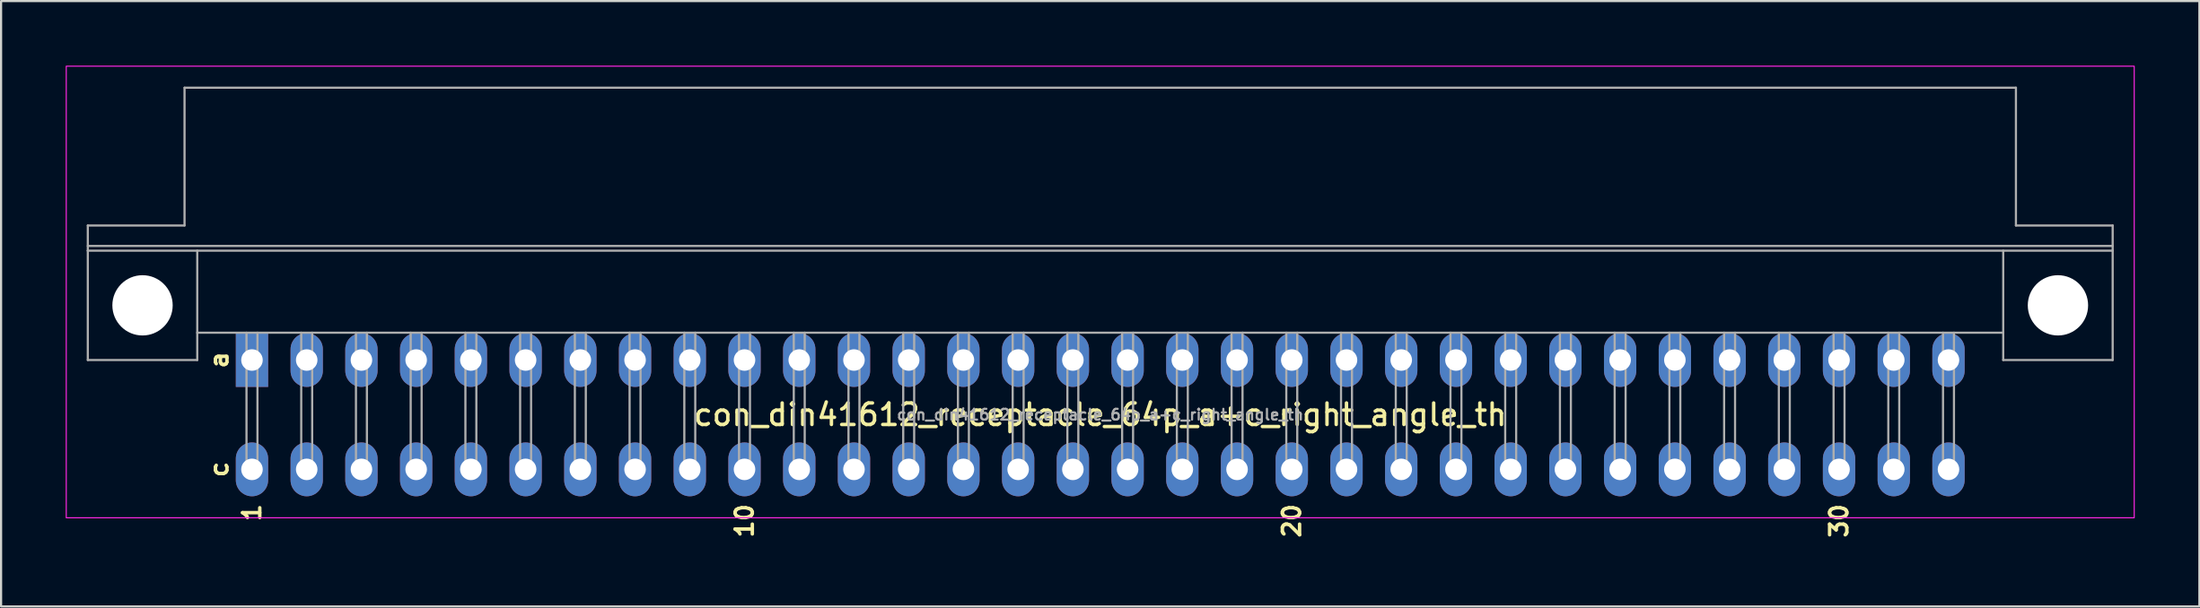
<source format=kicad_pcb>
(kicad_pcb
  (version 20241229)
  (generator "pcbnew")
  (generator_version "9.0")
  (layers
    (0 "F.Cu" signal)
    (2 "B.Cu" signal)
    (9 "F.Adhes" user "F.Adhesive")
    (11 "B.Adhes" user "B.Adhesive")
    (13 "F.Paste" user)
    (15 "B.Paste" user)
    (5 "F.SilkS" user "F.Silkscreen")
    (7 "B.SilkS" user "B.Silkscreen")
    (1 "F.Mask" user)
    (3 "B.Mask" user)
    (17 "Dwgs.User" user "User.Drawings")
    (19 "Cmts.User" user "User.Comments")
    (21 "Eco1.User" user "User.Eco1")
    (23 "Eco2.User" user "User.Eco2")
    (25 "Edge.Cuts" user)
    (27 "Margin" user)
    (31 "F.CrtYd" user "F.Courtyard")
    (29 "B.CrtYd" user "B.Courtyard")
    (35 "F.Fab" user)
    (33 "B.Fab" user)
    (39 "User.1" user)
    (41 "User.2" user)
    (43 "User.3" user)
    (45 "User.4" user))
  (footprint "con_din41612_receptacle_64p_a+c_right_angle_th"
    (layer "F.Cu")
    (at 8.645 13.675)
    (property "Reference" "con_din41612_receptacle_64p_a+c_right_angle_th" (at 39.37 2.54 0) (unlocked yes) (layer "F.SilkS") (effects (font (size 1 1) (thickness 0.16))))
    (attr through_hole exclude_from_pos_files)
    (fp_rect (start -8.62 7.33) (end 87.36 -13.65) (stroke (width 0.05) (type solid)) (fill no) (layer "F.CrtYd"))
    (fp_line (start -7.62 -6.25) (end -3.13 -6.25) (stroke (width 0.1) (type solid)) (layer "F.Fab"))
    (fp_line (start -7.62 -5.3) (end 86.36 -5.3) (stroke (width 0.1) (type solid)) (layer "F.Fab"))
    (fp_line (start -7.62 -5.08) (end -7.62 -6.25) (stroke (width 0.1) (type solid)) (layer "F.Fab"))
    (fp_line (start -7.62 -5.08) (end 86.36 -5.08) (stroke (width 0.1) (type solid)) (layer "F.Fab"))
    (fp_line (start -7.62 0) (end -7.62 -5.08) (stroke (width 0.1) (type solid)) (layer "F.Fab"))
    (fp_line (start -7.62 0) (end -2.54 0) (stroke (width 0.1) (type solid)) (layer "F.Fab"))
    (fp_line (start -3.13 -12.65) (end -3.13 -6.25) (stroke (width 0.1) (type solid)) (layer "F.Fab"))
    (fp_line (start -3.13 -12.65) (end 81.87 -12.65) (stroke (width 0.1) (type solid)) (layer "F.Fab"))
    (fp_line (start -2.54 -1.27) (end 81.28 -1.27) (stroke (width 0.1) (type solid)) (layer "F.Fab"))
    (fp_line (start -2.54 0) (end -2.54 -5.08) (stroke (width 0.1) (type solid)) (layer "F.Fab"))
    (fp_line (start -0.254 5.08) (end -0.254 -1.27) (stroke (width 0.1) (type solid)) (layer "F.Fab"))
    (fp_line (start 0.254 5.08) (end 0.254 -1.27) (stroke (width 0.1) (type solid)) (layer "F.Fab"))
    (fp_line (start 2.286 5.08) (end 2.286 -1.27) (stroke (width 0.1) (type solid)) (layer "F.Fab"))
    (fp_line (start 2.794 5.08) (end 2.794 -1.27) (stroke (width 0.1) (type solid)) (layer "F.Fab"))
    (fp_line (start 4.826 5.08) (end 4.826 -1.27) (stroke (width 0.1) (type solid)) (layer "F.Fab"))
    (fp_line (start 5.334 5.08) (end 5.334 -1.27) (stroke (width 0.1) (type solid)) (layer "F.Fab"))
    (fp_line (start 7.366 5.08) (end 7.366 -1.27) (stroke (width 0.1) (type solid)) (layer "F.Fab"))
    (fp_line (start 7.874 5.08) (end 7.874 -1.27) (stroke (width 0.1) (type solid)) (layer "F.Fab"))
    (fp_line (start 9.906 5.08) (end 9.906 -1.27) (stroke (width 0.1) (type solid)) (layer "F.Fab"))
    (fp_line (start 10.414 5.08) (end 10.414 -1.27) (stroke (width 0.1) (type solid)) (layer "F.Fab"))
    (fp_line (start 12.446 5.08) (end 12.446 -1.27) (stroke (width 0.1) (type solid)) (layer "F.Fab"))
    (fp_line (start 12.954 5.08) (end 12.954 -1.27) (stroke (width 0.1) (type solid)) (layer "F.Fab"))
    (fp_line (start 14.986 5.08) (end 14.986 -1.27) (stroke (width 0.1) (type solid)) (layer "F.Fab"))
    (fp_line (start 15.494 5.08) (end 15.494 -1.27) (stroke (width 0.1) (type solid)) (layer "F.Fab"))
    (fp_line (start 17.526 5.08) (end 17.526 -1.27) (stroke (width 0.1) (type solid)) (layer "F.Fab"))
    (fp_line (start 18.034 5.08) (end 18.034 -1.27) (stroke (width 0.1) (type solid)) (layer "F.Fab"))
    (fp_line (start 20.066 5.08) (end 20.066 -1.27) (stroke (width 0.1) (type solid)) (layer "F.Fab"))
    (fp_line (start 20.574 5.08) (end 20.574 -1.27) (stroke (width 0.1) (type solid)) (layer "F.Fab"))
    (fp_line (start 22.606 5.08) (end 22.606 -1.27) (stroke (width 0.1) (type solid)) (layer "F.Fab"))
    (fp_line (start 23.114 5.08) (end 23.114 -1.27) (stroke (width 0.1) (type solid)) (layer "F.Fab"))
    (fp_line (start 25.146 5.08) (end 25.146 -1.27) (stroke (width 0.1) (type solid)) (layer "F.Fab"))
    (fp_line (start 25.654 5.08) (end 25.654 -1.27) (stroke (width 0.1) (type solid)) (layer "F.Fab"))
    (fp_line (start 27.686 5.08) (end 27.686 -1.27) (stroke (width 0.1) (type solid)) (layer "F.Fab"))
    (fp_line (start 28.194 5.08) (end 28.194 -1.27) (stroke (width 0.1) (type solid)) (layer "F.Fab"))
    (fp_line (start 30.226 5.08) (end 30.226 -1.27) (stroke (width 0.1) (type solid)) (layer "F.Fab"))
    (fp_line (start 30.734 5.08) (end 30.734 -1.27) (stroke (width 0.1) (type solid)) (layer "F.Fab"))
    (fp_line (start 32.766 5.08) (end 32.766 -1.27) (stroke (width 0.1) (type solid)) (layer "F.Fab"))
    (fp_line (start 33.274 5.08) (end 33.274 -1.27) (stroke (width 0.1) (type solid)) (layer "F.Fab"))
    (fp_line (start 35.306 5.08) (end 35.306 -1.27) (stroke (width 0.1) (type solid)) (layer "F.Fab"))
    (fp_line (start 35.814 5.08) (end 35.814 -1.27) (stroke (width 0.1) (type solid)) (layer "F.Fab"))
    (fp_line (start 37.846 5.08) (end 37.846 -1.27) (stroke (width 0.1) (type solid)) (layer "F.Fab"))
    (fp_line (start 38.354 5.08) (end 38.354 -1.27) (stroke (width 0.1) (type solid)) (layer "F.Fab"))
    (fp_line (start 40.386 5.08) (end 40.386 -1.27) (stroke (width 0.1) (type solid)) (layer "F.Fab"))
    (fp_line (start 40.894 5.08) (end 40.894 -1.27) (stroke (width 0.1) (type solid)) (layer "F.Fab"))
    (fp_line (start 42.926 5.08) (end 42.926 -1.27) (stroke (width 0.1) (type solid)) (layer "F.Fab"))
    (fp_line (start 43.434 5.08) (end 43.434 -1.27) (stroke (width 0.1) (type solid)) (layer "F.Fab"))
    (fp_line (start 45.466 5.08) (end 45.466 -1.27) (stroke (width 0.1) (type solid)) (layer "F.Fab"))
    (fp_line (start 45.974 5.08) (end 45.974 -1.27) (stroke (width 0.1) (type solid)) (layer "F.Fab"))
    (fp_line (start 48.006 5.08) (end 48.006 -1.27) (stroke (width 0.1) (type solid)) (layer "F.Fab"))
    (fp_line (start 48.514 5.08) (end 48.514 -1.27) (stroke (width 0.1) (type solid)) (layer "F.Fab"))
    (fp_line (start 50.546 5.08) (end 50.546 -1.27) (stroke (width 0.1) (type solid)) (layer "F.Fab"))
    (fp_line (start 51.054 5.08) (end 51.054 -1.27) (stroke (width 0.1) (type solid)) (layer "F.Fab"))
    (fp_line (start 53.086 5.08) (end 53.086 -1.27) (stroke (width 0.1) (type solid)) (layer "F.Fab"))
    (fp_line (start 53.594 5.08) (end 53.594 -1.27) (stroke (width 0.1) (type solid)) (layer "F.Fab"))
    (fp_line (start 55.626 5.08) (end 55.626 -1.27) (stroke (width 0.1) (type solid)) (layer "F.Fab"))
    (fp_line (start 56.134 5.08) (end 56.134 -1.27) (stroke (width 0.1) (type solid)) (layer "F.Fab"))
    (fp_line (start 58.166 5.08) (end 58.166 -1.27) (stroke (width 0.1) (type solid)) (layer "F.Fab"))
    (fp_line (start 58.674 5.08) (end 58.674 -1.27) (stroke (width 0.1) (type solid)) (layer "F.Fab"))
    (fp_line (start 60.706 5.08) (end 60.706 -1.27) (stroke (width 0.1) (type solid)) (layer "F.Fab"))
    (fp_line (start 61.214 5.08) (end 61.214 -1.27) (stroke (width 0.1) (type solid)) (layer "F.Fab"))
    (fp_line (start 63.246 5.08) (end 63.246 -1.27) (stroke (width 0.1) (type solid)) (layer "F.Fab"))
    (fp_line (start 63.754 5.08) (end 63.754 -1.27) (stroke (width 0.1) (type solid)) (layer "F.Fab"))
    (fp_line (start 65.786 5.08) (end 65.786 -1.27) (stroke (width 0.1) (type solid)) (layer "F.Fab"))
    (fp_line (start 66.294 5.08) (end 66.294 -1.27) (stroke (width 0.1) (type solid)) (layer "F.Fab"))
    (fp_line (start 68.326 5.08) (end 68.326 -1.27) (stroke (width 0.1) (type solid)) (layer "F.Fab"))
    (fp_line (start 68.834 5.08) (end 68.834 -1.27) (stroke (width 0.1) (type solid)) (layer "F.Fab"))
    (fp_line (start 70.866 5.08) (end 70.866 -1.27) (stroke (width 0.1) (type solid)) (layer "F.Fab"))
    (fp_line (start 71.374 5.08) (end 71.374 -1.27) (stroke (width 0.1) (type solid)) (layer "F.Fab"))
    (fp_line (start 73.406 5.08) (end 73.406 -1.27) (stroke (width 0.1) (type solid)) (layer "F.Fab"))
    (fp_line (start 73.914 5.08) (end 73.914 -1.27) (stroke (width 0.1) (type solid)) (layer "F.Fab"))
    (fp_line (start 75.946 5.08) (end 75.946 -1.27) (stroke (width 0.1) (type solid)) (layer "F.Fab"))
    (fp_line (start 76.454 5.08) (end 76.454 -1.27) (stroke (width 0.1) (type solid)) (layer "F.Fab"))
    (fp_line (start 78.486 5.08) (end 78.486 -1.27) (stroke (width 0.1) (type solid)) (layer "F.Fab"))
    (fp_line (start 78.994 5.08) (end 78.994 -1.27) (stroke (width 0.1) (type solid)) (layer "F.Fab"))
    (fp_line (start 81.28 0) (end 81.28 -5.08) (stroke (width 0.1) (type solid)) (layer "F.Fab"))
    (fp_line (start 81.87 -12.65) (end 81.87 -6.25) (stroke (width 0.1) (type solid)) (layer "F.Fab"))
    (fp_line (start 86.36 -6.25) (end 81.87 -6.25) (stroke (width 0.1) (type solid)) (layer "F.Fab"))
    (fp_line (start 86.36 -5.08) (end 86.36 -6.25) (stroke (width 0.1) (type solid)) (layer "F.Fab"))
    (fp_line (start 86.36 0) (end 81.28 0) (stroke (width 0.1) (type solid)) (layer "F.Fab"))
    (fp_line (start 86.36 0) (end 86.36 -5.08) (stroke (width 0.1) (type solid)) (layer "F.Fab"))
    (fp_arc (start 0.254 5.08) (mid 0 5.334) (end -0.254 5.08) (stroke (width 0.1) (type solid)) (layer "F.Fab"))
    (fp_arc (start 2.794 5.08) (mid 2.54 5.334) (end 2.286 5.08) (stroke (width 0.1) (type solid)) (layer "F.Fab"))
    (fp_arc (start 5.334 5.08) (mid 5.08 5.334) (end 4.826 5.08) (stroke (width 0.1) (type solid)) (layer "F.Fab"))
    (fp_arc (start 7.874 5.08) (mid 7.62 5.334) (end 7.366 5.08) (stroke (width 0.1) (type solid)) (layer "F.Fab"))
    (fp_arc (start 10.414 5.08) (mid 10.16 5.334) (end 9.906 5.08) (stroke (width 0.1) (type solid)) (layer "F.Fab"))
    (fp_arc (start 12.954 5.08) (mid 12.7 5.334) (end 12.446 5.08) (stroke (width 0.1) (type solid)) (layer "F.Fab"))
    (fp_arc (start 15.494 5.08) (mid 15.24 5.334) (end 14.986 5.08) (stroke (width 0.1) (type solid)) (layer "F.Fab"))
    (fp_arc (start 18.034 5.08) (mid 17.78 5.334) (end 17.526 5.08) (stroke (width 0.1) (type solid)) (layer "F.Fab"))
    (fp_arc (start 20.574 5.08) (mid 20.32 5.334) (end 20.066 5.08) (stroke (width 0.1) (type solid)) (layer "F.Fab"))
    (fp_arc (start 23.114 5.08) (mid 22.86 5.334) (end 22.606 5.08) (stroke (width 0.1) (type solid)) (layer "F.Fab"))
    (fp_arc (start 25.654 5.08) (mid 25.4 5.334) (end 25.146 5.08) (stroke (width 0.1) (type solid)) (layer "F.Fab"))
    (fp_arc (start 28.194 5.08) (mid 27.94 5.334) (end 27.686 5.08) (stroke (width 0.1) (type solid)) (layer "F.Fab"))
    (fp_arc (start 30.734 5.08) (mid 30.48 5.334) (end 30.226 5.08) (stroke (width 0.1) (type solid)) (layer "F.Fab"))
    (fp_arc (start 33.274 5.08) (mid 33.02 5.334) (end 32.766 5.08) (stroke (width 0.1) (type solid)) (layer "F.Fab"))
    (fp_arc (start 35.814 5.08) (mid 35.56 5.334) (end 35.306 5.08) (stroke (width 0.1) (type solid)) (layer "F.Fab"))
    (fp_arc (start 38.354 5.08) (mid 38.1 5.334) (end 37.846 5.08) (stroke (width 0.1) (type solid)) (layer "F.Fab"))
    (fp_arc (start 40.894 5.08) (mid 40.64 5.334) (end 40.386 5.08) (stroke (width 0.1) (type solid)) (layer "F.Fab"))
    (fp_arc (start 43.434 5.08) (mid 43.18 5.334) (end 42.926 5.08) (stroke (width 0.1) (type solid)) (layer "F.Fab"))
    (fp_arc (start 45.974 5.08) (mid 45.72 5.334) (end 45.466 5.08) (stroke (width 0.1) (type solid)) (layer "F.Fab"))
    (fp_arc (start 48.514 5.08) (mid 48.26 5.334) (end 48.006 5.08) (stroke (width 0.1) (type solid)) (layer "F.Fab"))
    (fp_arc (start 51.054 5.08) (mid 50.8 5.334) (end 50.546 5.08) (stroke (width 0.1) (type solid)) (layer "F.Fab"))
    (fp_arc (start 53.594 5.08) (mid 53.34 5.334) (end 53.086 5.08) (stroke (width 0.1) (type solid)) (layer "F.Fab"))
    (fp_arc (start 56.134 5.08) (mid 55.88 5.334) (end 55.626 5.08) (stroke (width 0.1) (type solid)) (layer "F.Fab"))
    (fp_arc (start 58.674 5.08) (mid 58.42 5.334) (end 58.166 5.08) (stroke (width 0.1) (type solid)) (layer "F.Fab"))
    (fp_arc (start 61.214 5.08) (mid 60.96 5.334) (end 60.706 5.08) (stroke (width 0.1) (type solid)) (layer "F.Fab"))
    (fp_arc (start 63.754 5.08) (mid 63.5 5.334) (end 63.246 5.08) (stroke (width 0.1) (type solid)) (layer "F.Fab"))
    (fp_arc (start 66.294 5.08) (mid 66.04 5.334) (end 65.786 5.08) (stroke (width 0.1) (type solid)) (layer "F.Fab"))
    (fp_arc (start 68.834 5.08) (mid 68.58 5.334) (end 68.326 5.08) (stroke (width 0.1) (type solid)) (layer "F.Fab"))
    (fp_arc (start 71.374 5.08) (mid 71.12 5.334) (end 70.866 5.08) (stroke (width 0.1) (type solid)) (layer "F.Fab"))
    (fp_arc (start 73.914 5.08) (mid 73.66 5.334) (end 73.406 5.08) (stroke (width 0.1) (type solid)) (layer "F.Fab"))
    (fp_arc (start 76.454 5.08) (mid 76.2 5.334) (end 75.946 5.08) (stroke (width 0.1) (type solid)) (layer "F.Fab"))
    (fp_arc (start 78.994 5.08) (mid 78.74 5.334) (end 78.486 5.08) (stroke (width 0.1) (type solid)) (layer "F.Fab"))
    (fp_text user "a" (at -1.524 0 90) (unlocked yes) (layer "F.SilkS") (effects (font (size 0.8 0.8) (thickness 0.16))))
    (fp_text user "10" (at 22.86 6.604 90) (unlocked yes) (layer "F.SilkS") (effects (font (size 0.8 0.8) (thickness 0.16)) (justify right)))
    (fp_text user "1" (at 0 6.604 90) (unlocked yes) (layer "F.SilkS") (effects (font (size 0.8 0.8) (thickness 0.16)) (justify right)))
    (fp_text user "20" (at 48.26 6.604 90) (unlocked yes) (layer "F.SilkS") (effects (font (size 0.8 0.8) (thickness 0.16)) (justify right)))
    (fp_text user "30" (at 73.66 6.604 90) (unlocked yes) (layer "F.SilkS") (effects (font (size 0.8 0.8) (thickness 0.16)) (justify right)))
    (fp_text user "c" (at -1.524 5.08 90) (unlocked yes) (layer "F.SilkS") (effects (font (size 0.8 0.8) (thickness 0.16))))
    (fp_text user "${REFERENCE}" (at 39.37 2.54 0) (unlocked yes) (layer "F.Fab") (effects (font (size 0.5 0.5) (thickness 0.1) (bold yes))))
    (pad "" np_thru_hole circle (at -5.08 -2.54 90) (size 2.8 2.8) (drill 2.8) (layers "*.Cu" "*.Mask"))
    (pad "" np_thru_hole circle (at 83.82 -2.54 90) (size 2.8 2.8) (drill 2.8) (layers "*.Cu" "*.Mask"))
    (pad "a1" thru_hole rect (at 0 0 90) (size 2.5 1.5) (drill 1) (layers "*.Cu" "*.Mask"))
    (pad "a2" thru_hole oval (at 2.54 0 90) (size 2.5 1.5) (drill 1) (layers "*.Cu" "*.Mask"))
    (pad "a3" thru_hole oval (at 5.08 0 90) (size 2.5 1.5) (drill 1) (layers "*.Cu" "*.Mask"))
    (pad "a4" thru_hole oval (at 7.62 0 90) (size 2.5 1.5) (drill 1) (layers "*.Cu" "*.Mask"))
    (pad "a5" thru_hole oval (at 10.16 0 90) (size 2.5 1.5) (drill 1) (layers "*.Cu" "*.Mask"))
    (pad "a6" thru_hole oval (at 12.7 0 90) (size 2.5 1.5) (drill 1) (layers "*.Cu" "*.Mask"))
    (pad "a7" thru_hole oval (at 15.24 0 90) (size 2.5 1.5) (drill 1) (layers "*.Cu" "*.Mask"))
    (pad "a8" thru_hole oval (at 17.78 0 90) (size 2.5 1.5) (drill 1) (layers "*.Cu" "*.Mask"))
    (pad "a9" thru_hole oval (at 20.32 0 90) (size 2.5 1.5) (drill 1) (layers "*.Cu" "*.Mask"))
    (pad "a10" thru_hole oval (at 22.86 0 90) (size 2.5 1.5) (drill 1) (layers "*.Cu" "*.Mask"))
    (pad "a11" thru_hole oval (at 25.4 0 90) (size 2.5 1.5) (drill 1) (layers "*.Cu" "*.Mask"))
    (pad "a12" thru_hole oval (at 27.94 0 90) (size 2.5 1.5) (drill 1) (layers "*.Cu" "*.Mask"))
    (pad "a13" thru_hole oval (at 30.48 0 90) (size 2.5 1.5) (drill 1) (layers "*.Cu" "*.Mask"))
    (pad "a14" thru_hole oval (at 33.02 0 90) (size 2.5 1.5) (drill 1) (layers "*.Cu" "*.Mask"))
    (pad "a15" thru_hole oval (at 35.56 0 90) (size 2.5 1.5) (drill 1) (layers "*.Cu" "*.Mask"))
    (pad "a16" thru_hole oval (at 38.1 0 90) (size 2.5 1.5) (drill 1) (layers "*.Cu" "*.Mask"))
    (pad "a17" thru_hole oval (at 40.64 0 90) (size 2.5 1.5) (drill 1) (layers "*.Cu" "*.Mask"))
    (pad "a18" thru_hole oval (at 43.18 0 90) (size 2.5 1.5) (drill 1) (layers "*.Cu" "*.Mask"))
    (pad "a19" thru_hole oval (at 45.72 0 90) (size 2.5 1.5) (drill 1) (layers "*.Cu" "*.Mask"))
    (pad "a20" thru_hole oval (at 48.26 0 90) (size 2.5 1.5) (drill 1) (layers "*.Cu" "*.Mask"))
    (pad "a21" thru_hole oval (at 50.8 0 90) (size 2.5 1.5) (drill 1) (layers "*.Cu" "*.Mask"))
    (pad "a22" thru_hole oval (at 53.34 0 90) (size 2.5 1.5) (drill 1) (layers "*.Cu" "*.Mask"))
    (pad "a23" thru_hole oval (at 55.88 0 90) (size 2.5 1.5) (drill 1) (layers "*.Cu" "*.Mask"))
    (pad "a24" thru_hole oval (at 58.42 0 90) (size 2.5 1.5) (drill 1) (layers "*.Cu" "*.Mask"))
    (pad "a25" thru_hole oval (at 60.96 0 90) (size 2.5 1.5) (drill 1) (layers "*.Cu" "*.Mask"))
    (pad "a26" thru_hole oval (at 63.5 0 90) (size 2.5 1.5) (drill 1) (layers "*.Cu" "*.Mask"))
    (pad "a27" thru_hole oval (at 66.04 0 90) (size 2.5 1.5) (drill 1) (layers "*.Cu" "*.Mask"))
    (pad "a28" thru_hole oval (at 68.58 0 90) (size 2.5 1.5) (drill 1) (layers "*.Cu" "*.Mask"))
    (pad "a29" thru_hole oval (at 71.12 0 90) (size 2.5 1.5) (drill 1) (layers "*.Cu" "*.Mask"))
    (pad "a30" thru_hole oval (at 73.66 0 90) (size 2.5 1.5) (drill 1) (layers "*.Cu" "*.Mask"))
    (pad "a31" thru_hole oval (at 76.2 0 90) (size 2.5 1.5) (drill 1) (layers "*.Cu" "*.Mask"))
    (pad "a32" thru_hole oval (at 78.74 0 90) (size 2.5 1.5) (drill 1) (layers "*.Cu" "*.Mask"))
    (pad "c1" thru_hole oval (at 0 5.08 90) (size 2.5 1.5) (drill 1) (layers "*.Cu" "*.Mask"))
    (pad "c2" thru_hole oval (at 2.54 5.08 90) (size 2.5 1.5) (drill 1) (layers "*.Cu" "*.Mask"))
    (pad "c3" thru_hole oval (at 5.08 5.08 90) (size 2.5 1.5) (drill 1) (layers "*.Cu" "*.Mask"))
    (pad "c4" thru_hole oval (at 7.62 5.08 90) (size 2.5 1.5) (drill 1) (layers "*.Cu" "*.Mask"))
    (pad "c5" thru_hole oval (at 10.16 5.08 90) (size 2.5 1.5) (drill 1) (layers "*.Cu" "*.Mask"))
    (pad "c6" thru_hole oval (at 12.7 5.08 90) (size 2.5 1.5) (drill 1) (layers "*.Cu" "*.Mask"))
    (pad "c7" thru_hole oval (at 15.24 5.08 90) (size 2.5 1.5) (drill 1) (layers "*.Cu" "*.Mask"))
    (pad "c8" thru_hole oval (at 17.78 5.08 90) (size 2.5 1.5) (drill 1) (layers "*.Cu" "*.Mask"))
    (pad "c9" thru_hole oval (at 20.32 5.08 90) (size 2.5 1.5) (drill 1) (layers "*.Cu" "*.Mask"))
    (pad "c10" thru_hole oval (at 22.86 5.08 90) (size 2.5 1.5) (drill 1) (layers "*.Cu" "*.Mask"))
    (pad "c11" thru_hole oval (at 25.4 5.08 90) (size 2.5 1.5) (drill 1) (layers "*.Cu" "*.Mask"))
    (pad "c12" thru_hole oval (at 27.94 5.08 90) (size 2.5 1.5) (drill 1) (layers "*.Cu" "*.Mask"))
    (pad "c13" thru_hole oval (at 30.48 5.08 90) (size 2.5 1.5) (drill 1) (layers "*.Cu" "*.Mask"))
    (pad "c14" thru_hole oval (at 33.02 5.08 90) (size 2.5 1.5) (drill 1) (layers "*.Cu" "*.Mask"))
    (pad "c15" thru_hole oval (at 35.56 5.08 90) (size 2.5 1.5) (drill 1) (layers "*.Cu" "*.Mask"))
    (pad "c16" thru_hole oval (at 38.1 5.08 90) (size 2.5 1.5) (drill 1) (layers "*.Cu" "*.Mask"))
    (pad "c17" thru_hole oval (at 40.64 5.08 90) (size 2.5 1.5) (drill 1) (layers "*.Cu" "*.Mask"))
    (pad "c18" thru_hole oval (at 43.18 5.08 90) (size 2.5 1.5) (drill 1) (layers "*.Cu" "*.Mask"))
    (pad "c19" thru_hole oval (at 45.72 5.08 90) (size 2.5 1.5) (drill 1) (layers "*.Cu" "*.Mask"))
    (pad "c20" thru_hole oval (at 48.26 5.08 90) (size 2.5 1.5) (drill 1) (layers "*.Cu" "*.Mask"))
    (pad "c21" thru_hole oval (at 50.8 5.08 90) (size 2.5 1.5) (drill 1) (layers "*.Cu" "*.Mask"))
    (pad "c22" thru_hole oval (at 53.34 5.08 90) (size 2.5 1.5) (drill 1) (layers "*.Cu" "*.Mask"))
    (pad "c23" thru_hole oval (at 55.88 5.08 90) (size 2.5 1.5) (drill 1) (layers "*.Cu" "*.Mask"))
    (pad "c24" thru_hole oval (at 58.42 5.08 90) (size 2.5 1.5) (drill 1) (layers "*.Cu" "*.Mask"))
    (pad "c25" thru_hole oval (at 60.96 5.08 90) (size 2.5 1.5) (drill 1) (layers "*.Cu" "*.Mask"))
    (pad "c26" thru_hole oval (at 63.5 5.08 90) (size 2.5 1.5) (drill 1) (layers "*.Cu" "*.Mask"))
    (pad "c27" thru_hole oval (at 66.04 5.08 90) (size 2.5 1.5) (drill 1) (layers "*.Cu" "*.Mask"))
    (pad "c28" thru_hole oval (at 68.58 5.08 90) (size 2.5 1.5) (drill 1) (layers "*.Cu" "*.Mask"))
    (pad "c29" thru_hole oval (at 71.12 5.08 90) (size 2.5 1.5) (drill 1) (layers "*.Cu" "*.Mask"))
    (pad "c30" thru_hole oval (at 73.66 5.08 90) (size 2.5 1.5) (drill 1) (layers "*.Cu" "*.Mask"))
    (pad "c31" thru_hole oval (at 76.2 5.08 90) (size 2.5 1.5) (drill 1) (layers "*.Cu" "*.Mask"))
    (pad "c32" thru_hole oval (at 78.74 5.08 90) (size 2.5 1.5) (drill 1) (layers "*.Cu" "*.Mask")))
  (gr_rect
    (start -3 -3)
    (end 99.03 25.123)
    (stroke (width 0.1) (type default))
    (fill no)
    (layer "Edge.Cuts")))
</source>
